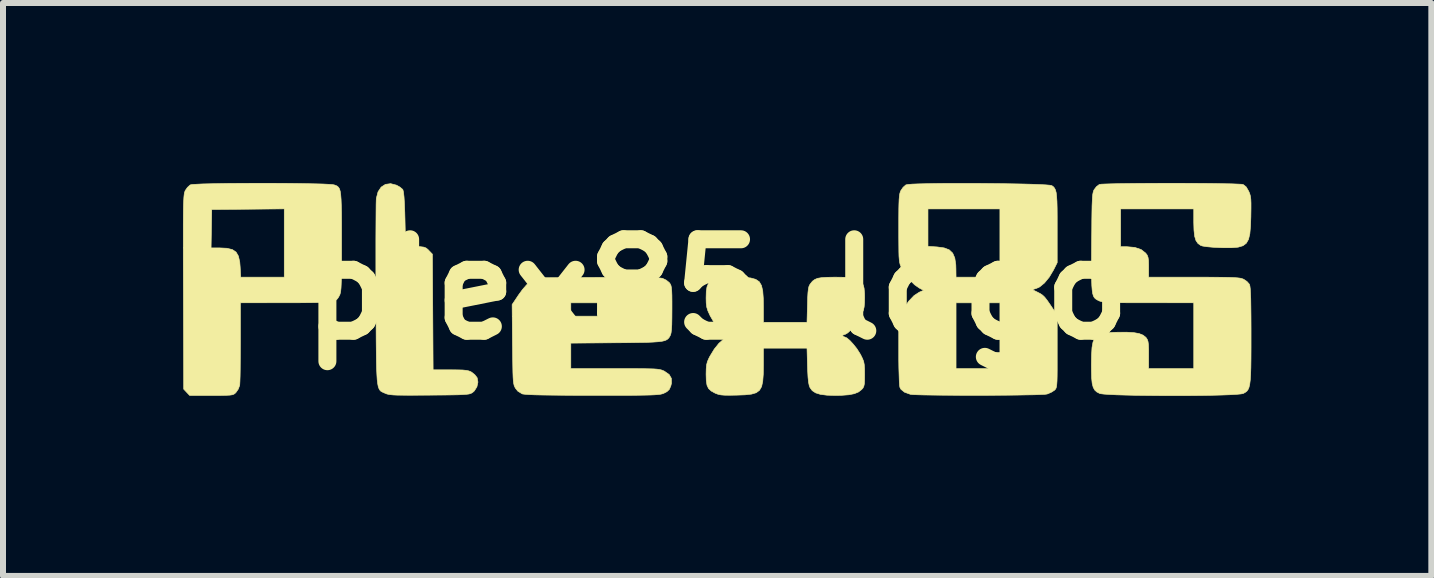
<source format=kicad_pcb>
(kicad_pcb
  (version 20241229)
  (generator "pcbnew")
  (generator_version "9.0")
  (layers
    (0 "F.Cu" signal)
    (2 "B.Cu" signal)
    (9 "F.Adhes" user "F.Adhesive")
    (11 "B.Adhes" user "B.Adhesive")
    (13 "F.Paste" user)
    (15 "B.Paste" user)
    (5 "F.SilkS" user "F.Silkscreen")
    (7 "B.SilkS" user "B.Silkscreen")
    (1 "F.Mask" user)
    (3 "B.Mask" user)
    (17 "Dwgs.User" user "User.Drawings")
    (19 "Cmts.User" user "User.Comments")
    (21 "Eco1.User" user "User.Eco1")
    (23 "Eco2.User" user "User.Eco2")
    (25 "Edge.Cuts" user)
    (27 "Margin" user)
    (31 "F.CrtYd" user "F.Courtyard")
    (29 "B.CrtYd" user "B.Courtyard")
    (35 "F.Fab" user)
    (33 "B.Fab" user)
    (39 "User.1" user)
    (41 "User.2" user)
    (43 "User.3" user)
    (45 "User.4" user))
  (footprint "plex85_logo"
    (layer "F.Cu")
    (at 8.902 1.773)
    (property "Reference" "plex85_logo" (at 0 0 0) (layer "F.SilkS") (effects (font (size 1.524 1.524) (thickness 0.3))))
    (attr through_hole)
    (fp_poly (pts (xy -5.344 -1.737) (xy -5.342 -1.736) (xy -5.285 -1.704) (xy -5.243 -1.668) (xy -5.236 -1.658) (xy -5.227 -1.62) (xy -5.218 -1.543) (xy -5.211 -1.428) (xy -5.205 -1.277) (xy -5.202 -1.168) (xy -5.192 -0.721) (xy -5.027 -0.716) (xy -4.944 -0.711) (xy -4.889 -0.704) (xy -4.852 -0.69) (xy -4.821 -0.666) (xy -4.804 -0.648) (xy -4.745 -0.587) (xy -4.733 1.341) (xy -4.444 1.341) (xy -4.327 1.342) (xy -4.242 1.344) (xy -4.182 1.35) (xy -4.139 1.359) (xy -4.106 1.372) (xy -4.089 1.382) (xy -4.038 1.423) (xy -4.002 1.469) (xy -3.999 1.474) (xy -3.986 1.546) (xy -4.003 1.624) (xy -4.046 1.693) (xy -4.071 1.715) (xy -4.088 1.727) (xy -4.108 1.736) (xy -4.135 1.744) (xy -4.174 1.749) (xy -4.228 1.753) (xy -4.304 1.757) (xy -4.404 1.759) (xy -4.534 1.761) (xy -4.698 1.762) (xy -4.792 1.763) (xy -4.976 1.764) (xy -5.123 1.765) (xy -5.239 1.764) (xy -5.329 1.763) (xy -5.396 1.76) (xy -5.446 1.755) (xy -5.483 1.749) (xy -5.512 1.741) (xy -5.537 1.73) (xy -5.538 1.73) (xy -5.564 1.719) (xy -5.586 1.708) (xy -5.606 1.696) (xy -5.622 1.678) (xy -5.636 1.653) (xy -5.648 1.619) (xy -5.657 1.571) (xy -5.665 1.507) (xy -5.67 1.425) (xy -5.675 1.322) (xy -5.678 1.194) (xy -5.68 1.04) (xy -5.682 0.857) (xy -5.683 0.642) (xy -5.684 0.391) (xy -5.686 0.103) (xy -5.686 0.081) (xy -5.687 -0.164) (xy -5.687 -0.4) (xy -5.687 -0.623) (xy -5.687 -0.829) (xy -5.686 -1.015) (xy -5.685 -1.178) (xy -5.684 -1.313) (xy -5.683 -1.417) (xy -5.681 -1.488) (xy -5.679 -1.519) (xy -5.651 -1.626) (xy -5.599 -1.704) (xy -5.528 -1.75) (xy -5.441 -1.762) (xy -5.344 -1.737)) (stroke (width 0.01) (type solid)) (fill yes) (layer "F.SilkS"))
    (fp_poly (pts (xy -1.304 -0.2) (xy -1.149 -0.197) (xy -1.032 -0.194) (xy -0.953 -0.19) (xy -0.911 -0.184) (xy -0.91 -0.184) (xy -0.848 -0.154) (xy -0.797 -0.113) (xy -0.794 -0.109) (xy -0.779 -0.087) (xy -0.768 -0.062) (xy -0.761 -0.027) (xy -0.756 0.025) (xy -0.753 0.099) (xy -0.752 0.201) (xy -0.752 0.329) (xy -0.753 0.476) (xy -0.755 0.588) (xy -0.76 0.669) (xy -0.767 0.726) (xy -0.777 0.762) (xy -0.781 0.769) (xy -0.796 0.797) (xy -0.814 0.82) (xy -0.838 0.839) (xy -0.871 0.854) (xy -0.918 0.865) (xy -0.983 0.873) (xy -1.069 0.879) (xy -1.181 0.884) (xy -1.323 0.886) (xy -1.497 0.889) (xy -1.681 0.89) (xy -2.438 0.896) (xy -2.438 1.321) (xy -1.701 1.321) (xy -1.508 1.321) (xy -1.352 1.321) (xy -1.227 1.322) (xy -1.13 1.324) (xy -1.056 1.326) (xy -1.001 1.33) (xy -0.96 1.336) (xy -0.929 1.343) (xy -0.904 1.352) (xy -0.88 1.363) (xy -0.874 1.367) (xy -0.799 1.419) (xy -0.762 1.483) (xy -0.76 1.564) (xy -0.771 1.609) (xy -0.796 1.667) (xy -0.836 1.705) (xy -0.88 1.728) (xy -0.9 1.737) (xy -0.924 1.744) (xy -0.953 1.75) (xy -0.992 1.754) (xy -1.045 1.758) (xy -1.113 1.761) (xy -1.202 1.763) (xy -1.315 1.765) (xy -1.454 1.766) (xy -1.623 1.766) (xy -1.826 1.766) (xy -2.067 1.766) (xy -2.073 1.766) (xy -2.339 1.766) (xy -2.567 1.765) (xy -2.758 1.763) (xy -2.915 1.761) (xy -3.039 1.758) (xy -3.134 1.754) (xy -3.2 1.749) (xy -3.24 1.744) (xy -3.25 1.741) (xy -3.321 1.697) (xy -3.362 1.646) (xy -3.373 1.624) (xy -3.383 1.6) (xy -3.39 1.568) (xy -3.396 1.525) (xy -3.4 1.464) (xy -3.403 1.383) (xy -3.405 1.276) (xy -3.407 1.139) (xy -3.409 0.967) (xy -3.41 0.914) (xy -3.416 0.253) (xy -3.396 0.224) (xy -2.438 0.224) (xy -2.438 0.447) (xy -1.707 0.447) (xy -1.707 0.224) (xy -2.438 0.224) (xy -3.396 0.224) (xy -3.308 0.092) (xy -3.244 0.004) (xy -3.177 -0.073) (xy -3.118 -0.127) (xy -3.112 -0.131) (xy -3.024 -0.193) (xy -2.005 -0.199) (xy -1.731 -0.201) (xy -1.498 -0.201) (xy -1.304 -0.2)) (stroke (width 0.01) (type solid)) (fill yes) (layer "F.SilkS"))
    (fp_poly (pts (xy -7.381 -1.768) (xy -7.192 -1.767) (xy -7.012 -1.765) (xy -6.846 -1.762) (xy -6.698 -1.759) (xy -6.573 -1.756) (xy -6.475 -1.751) (xy -6.408 -1.746) (xy -6.381 -1.741) (xy -6.352 -1.731) (xy -6.328 -1.718) (xy -6.309 -1.7) (xy -6.293 -1.673) (xy -6.281 -1.633) (xy -6.273 -1.576) (xy -6.267 -1.5) (xy -6.263 -1.399) (xy -6.26 -1.27) (xy -6.259 -1.111) (xy -6.259 -0.916) (xy -6.259 -0.792) (xy -6.259 -0.586) (xy -6.259 -0.416) (xy -6.26 -0.278) (xy -6.262 -0.169) (xy -6.265 -0.085) (xy -6.268 -0.022) (xy -6.273 0.025) (xy -6.279 0.059) (xy -6.286 0.084) (xy -6.294 0.101) (xy -6.31 0.131) (xy -6.327 0.156) (xy -6.348 0.176) (xy -6.379 0.191) (xy -6.422 0.203) (xy -6.483 0.211) (xy -6.564 0.217) (xy -6.669 0.22) (xy -6.803 0.222) (xy -6.97 0.223) (xy -7.173 0.223) (xy -7.188 0.223) (xy -7.945 0.224) (xy -7.945 0.881) (xy -7.946 1.044) (xy -7.947 1.196) (xy -7.948 1.331) (xy -7.95 1.446) (xy -7.953 1.533) (xy -7.956 1.588) (xy -7.958 1.602) (xy -7.981 1.663) (xy -8.018 1.717) (xy -8.036 1.735) (xy -8.055 1.748) (xy -8.081 1.757) (xy -8.121 1.763) (xy -8.181 1.766) (xy -8.267 1.768) (xy -8.386 1.768) (xy -8.428 1.768) (xy -8.791 1.768) (xy -8.89 1.663) (xy -8.895 0.044) (xy -8.896 -0.252) (xy -8.897 -0.509) (xy -8.897 -0.691) (xy -8.434 -0.691) (xy -8.294 -0.691) (xy -8.17 -0.685) (xy -8.079 -0.663) (xy -8.017 -0.621) (xy -7.978 -0.554) (xy -7.956 -0.456) (xy -7.949 -0.371) (xy -7.94 -0.203) (xy -7.214 -0.203) (xy -7.214 -1.342) (xy -7.818 -1.336) (xy -8.423 -1.331) (xy -8.434 -0.691) (xy -8.897 -0.691) (xy -8.897 -0.732) (xy -8.897 -0.922) (xy -8.897 -1.082) (xy -8.896 -1.216) (xy -8.895 -1.325) (xy -8.893 -1.413) (xy -8.89 -1.482) (xy -8.887 -1.535) (xy -8.883 -1.574) (xy -8.879 -1.603) (xy -8.873 -1.624) (xy -8.867 -1.641) (xy -8.865 -1.646) (xy -8.828 -1.699) (xy -8.784 -1.739) (xy -8.778 -1.742) (xy -8.747 -1.748) (xy -8.679 -1.752) (xy -8.58 -1.757) (xy -8.453 -1.76) (xy -8.305 -1.763) (xy -8.138 -1.766) (xy -7.957 -1.767) (xy -7.768 -1.768) (xy -7.574 -1.768) (xy -7.381 -1.768)) (stroke (width 0.01) (type solid)) (fill yes) (layer "F.SilkS"))
    (fp_poly (pts (xy 0.445 -0.201) (xy 0.56 -0.19) (xy 0.644 -0.167) (xy 0.703 -0.127) (xy 0.74 -0.064) (xy 0.761 0.026) (xy 0.77 0.147) (xy 0.772 0.285) (xy 0.772 0.549) (xy 1.499 0.549) (xy 1.507 0.255) (xy 1.51 0.137) (xy 1.515 0.052) (xy 1.522 -0.007) (xy 1.531 -0.048) (xy 1.545 -0.078) (xy 1.557 -0.095) (xy 1.59 -0.136) (xy 1.628 -0.164) (xy 1.675 -0.184) (xy 1.741 -0.195) (xy 1.832 -0.201) (xy 1.955 -0.203) (xy 1.977 -0.203) (xy 2.129 -0.201) (xy 2.246 -0.192) (xy 2.332 -0.172) (xy 2.392 -0.14) (xy 2.429 -0.09) (xy 2.45 -0.021) (xy 2.458 0.072) (xy 2.459 0.133) (xy 2.457 0.227) (xy 2.451 0.295) (xy 2.437 0.351) (xy 2.412 0.411) (xy 2.394 0.448) (xy 2.349 0.526) (xy 2.293 0.603) (xy 2.234 0.672) (xy 2.18 0.723) (xy 2.135 0.75) (xy 2.124 0.752) (xy 2.097 0.763) (xy 2.093 0.772) (xy 2.109 0.79) (xy 2.124 0.792) (xy 2.162 0.809) (xy 2.213 0.852) (xy 2.271 0.915) (xy 2.33 0.989) (xy 2.38 1.068) (xy 2.393 1.09) (xy 2.423 1.151) (xy 2.443 1.201) (xy 2.453 1.254) (xy 2.458 1.323) (xy 2.459 1.417) (xy 2.458 1.511) (xy 2.455 1.574) (xy 2.446 1.615) (xy 2.432 1.644) (xy 2.409 1.67) (xy 2.409 1.67) (xy 2.356 1.711) (xy 2.287 1.739) (xy 2.195 1.757) (xy 2.075 1.766) (xy 1.974 1.768) (xy 1.831 1.764) (xy 1.722 1.75) (xy 1.642 1.725) (xy 1.586 1.688) (xy 1.549 1.638) (xy 1.535 1.6) (xy 1.524 1.545) (xy 1.516 1.467) (xy 1.51 1.358) (xy 1.507 1.275) (xy 1.499 0.975) (xy 0.772 0.975) (xy 0.772 1.26) (xy 0.77 1.415) (xy 0.761 1.533) (xy 0.742 1.621) (xy 0.707 1.682) (xy 0.652 1.723) (xy 0.574 1.746) (xy 0.467 1.758) (xy 0.328 1.763) (xy 0.326 1.763) (xy 0.21 1.765) (xy 0.125 1.764) (xy 0.064 1.759) (xy 0.017 1.749) (xy -0.023 1.734) (xy -0.033 1.73) (xy -0.098 1.694) (xy -0.142 1.653) (xy -0.168 1.598) (xy -0.18 1.52) (xy -0.183 1.416) (xy -0.181 1.324) (xy -0.175 1.258) (xy -0.161 1.204) (xy -0.136 1.147) (xy -0.12 1.116) (xy -0.047 0.996) (xy 0.03 0.9) (xy 0.105 0.834) (xy 0.144 0.812) (xy 0.208 0.786) (xy 0.137 0.749) (xy 0.051 0.685) (xy -0.033 0.582) (xy -0.117 0.438) (xy -0.119 0.432) (xy -0.153 0.359) (xy -0.172 0.297) (xy -0.181 0.228) (xy -0.183 0.144) (xy -0.18 0.035) (xy -0.168 -0.042) (xy -0.145 -0.096) (xy -0.107 -0.135) (xy -0.063 -0.162) (xy -0.024 -0.179) (xy 0.019 -0.191) (xy 0.075 -0.198) (xy 0.152 -0.202) (xy 0.258 -0.203) (xy 0.296 -0.203) (xy 0.445 -0.201)) (stroke (width 0.01) (type solid)) (fill yes) (layer "F.SilkS"))
    (fp_poly (pts (xy 4.358 -1.766) (xy 4.553 -1.764) (xy 4.743 -1.762) (xy 4.925 -1.759) (xy 5.093 -1.756) (xy 5.244 -1.752) (xy 5.372 -1.747) (xy 5.474 -1.742) (xy 5.544 -1.736) (xy 5.58 -1.729) (xy 5.581 -1.728) (xy 5.606 -1.71) (xy 5.625 -1.687) (xy 5.64 -1.656) (xy 5.652 -1.612) (xy 5.659 -1.55) (xy 5.665 -1.465) (xy 5.668 -1.354) (xy 5.669 -1.212) (xy 5.669 -1.033) (xy 5.669 -1.025) (xy 5.669 -0.446) (xy 5.608 -0.324) (xy 5.536 -0.203) (xy 5.457 -0.107) (xy 5.377 -0.041) (xy 5.329 -0.019) (xy 5.256 0.005) (xy 5.333 0.043) (xy 5.386 0.07) (xy 5.426 0.097) (xy 5.462 0.132) (xy 5.502 0.183) (xy 5.554 0.258) (xy 5.568 0.279) (xy 5.669 0.43) (xy 5.669 1.034) (xy 5.669 1.207) (xy 5.669 1.343) (xy 5.668 1.448) (xy 5.666 1.526) (xy 5.662 1.582) (xy 5.657 1.621) (xy 5.65 1.646) (xy 5.641 1.663) (xy 5.629 1.676) (xy 5.624 1.681) (xy 5.573 1.714) (xy 5.509 1.742) (xy 5.497 1.745) (xy 5.461 1.75) (xy 5.389 1.753) (xy 5.287 1.757) (xy 5.157 1.759) (xy 5.007 1.762) (xy 4.839 1.764) (xy 4.659 1.765) (xy 4.471 1.766) (xy 4.28 1.766) (xy 4.092 1.766) (xy 3.91 1.765) (xy 3.74 1.764) (xy 3.585 1.762) (xy 3.452 1.76) (xy 3.344 1.757) (xy 3.266 1.754) (xy 3.224 1.75) (xy 3.221 1.749) (xy 3.124 1.714) (xy 3.064 1.665) (xy 3.047 1.633) (xy 3.042 1.6) (xy 3.037 1.532) (xy 3.034 1.435) (xy 3.03 1.314) (xy 3.028 1.177) (xy 3.028 1.027) (xy 3.028 1.014) (xy 3.028 0.445) (xy 3.101 0.329) (xy 3.176 0.224) (xy 3.983 0.224) (xy 3.983 1.321) (xy 4.714 1.321) (xy 4.714 0.224) (xy 3.983 0.224) (xy 3.176 0.224) (xy 3.194 0.197) (xy 3.283 0.104) (xy 3.369 0.048) (xy 3.373 0.046) (xy 3.443 0.016) (xy 3.372 -0.021) (xy 3.293 -0.076) (xy 3.21 -0.157) (xy 3.135 -0.252) (xy 3.078 -0.35) (xy 3.077 -0.352) (xy 3.063 -0.384) (xy 3.051 -0.415) (xy 3.043 -0.449) (xy 3.037 -0.493) (xy 3.032 -0.551) (xy 3.03 -0.629) (xy 3.029 -0.733) (xy 3.028 -0.866) (xy 3.028 -1.016) (xy 3.028 -1.185) (xy 3.029 -1.318) (xy 3.029 -1.341) (xy 3.515 -1.341) (xy 3.515 -0.717) (xy 3.669 -0.707) (xy 3.785 -0.691) (xy 3.869 -0.659) (xy 3.927 -0.604) (xy 3.962 -0.523) (xy 3.979 -0.41) (xy 3.981 -0.34) (xy 3.983 -0.203) (xy 4.714 -0.203) (xy 4.714 -1.341) (xy 3.515 -1.341) (xy 3.029 -1.341) (xy 3.031 -1.42) (xy 3.034 -1.497) (xy 3.039 -1.554) (xy 3.045 -1.594) (xy 3.054 -1.625) (xy 3.063 -1.646) (xy 3.1 -1.7) (xy 3.144 -1.739) (xy 3.15 -1.742) (xy 3.182 -1.748) (xy 3.251 -1.754) (xy 3.35 -1.758) (xy 3.477 -1.761) (xy 3.626 -1.764) (xy 3.793 -1.766) (xy 3.974 -1.766) (xy 4.164 -1.766) (xy 4.358 -1.766)) (stroke (width 0.01) (type solid)) (fill yes) (layer "F.SilkS"))
    (fp_poly (pts (xy 7.767 -1.768) (xy 7.956 -1.767) (xy 8.136 -1.766) (xy 8.302 -1.764) (xy 8.45 -1.761) (xy 8.575 -1.759) (xy 8.672 -1.755) (xy 8.739 -1.752) (xy 8.768 -1.748) (xy 8.819 -1.708) (xy 8.862 -1.634) (xy 8.878 -1.595) (xy 8.889 -1.555) (xy 8.896 -1.505) (xy 8.899 -1.439) (xy 8.899 -1.349) (xy 8.897 -1.226) (xy 8.897 -1.212) (xy 8.891 -1.052) (xy 8.88 -0.927) (xy 8.858 -0.834) (xy 8.821 -0.769) (xy 8.765 -0.727) (xy 8.684 -0.703) (xy 8.576 -0.694) (xy 8.436 -0.694) (xy 8.382 -0.696) (xy 8.263 -0.702) (xy 8.164 -0.711) (xy 8.093 -0.722) (xy 8.063 -0.731) (xy 8.016 -0.764) (xy 7.982 -0.813) (xy 7.96 -0.885) (xy 7.949 -0.985) (xy 7.945 -1.116) (xy 7.945 -1.341) (xy 6.726 -1.341) (xy 6.726 -0.711) (xy 6.83 -0.711) (xy 6.963 -0.699) (xy 7.069 -0.663) (xy 7.144 -0.604) (xy 7.169 -0.57) (xy 7.183 -0.533) (xy 7.191 -0.482) (xy 7.193 -0.405) (xy 7.193 -0.374) (xy 7.193 -0.203) (xy 7.95 -0.203) (xy 8.148 -0.203) (xy 8.309 -0.202) (xy 8.439 -0.201) (xy 8.54 -0.199) (xy 8.617 -0.196) (xy 8.674 -0.192) (xy 8.716 -0.187) (xy 8.747 -0.18) (xy 8.77 -0.171) (xy 8.778 -0.168) (xy 8.832 -0.131) (xy 8.871 -0.087) (xy 8.874 -0.081) (xy 8.881 -0.056) (xy 8.887 -0.009) (xy 8.891 0.062) (xy 8.895 0.161) (xy 8.897 0.291) (xy 8.899 0.454) (xy 8.9 0.653) (xy 8.9 0.757) (xy 8.9 0.974) (xy 8.899 1.154) (xy 8.897 1.301) (xy 8.893 1.419) (xy 8.887 1.511) (xy 8.878 1.581) (xy 8.866 1.633) (xy 8.85 1.67) (xy 8.83 1.697) (xy 8.805 1.716) (xy 8.775 1.733) (xy 8.769 1.736) (xy 8.732 1.743) (xy 8.659 1.75) (xy 8.555 1.756) (xy 8.424 1.761) (xy 8.272 1.765) (xy 8.101 1.768) (xy 7.918 1.77) (xy 7.726 1.771) (xy 7.531 1.771) (xy 7.337 1.77) (xy 7.148 1.768) (xy 6.97 1.766) (xy 6.806 1.762) (xy 6.662 1.758) (xy 6.542 1.752) (xy 6.45 1.746) (xy 6.392 1.739) (xy 6.377 1.735) (xy 6.329 1.71) (xy 6.294 1.678) (xy 6.269 1.632) (xy 6.252 1.567) (xy 6.243 1.477) (xy 6.24 1.356) (xy 6.239 1.257) (xy 6.242 1.096) (xy 6.249 0.971) (xy 6.266 0.878) (xy 6.296 0.811) (xy 6.342 0.766) (xy 6.408 0.738) (xy 6.498 0.723) (xy 6.617 0.716) (xy 6.67 0.715) (xy 6.825 0.714) (xy 6.945 0.721) (xy 7.035 0.737) (xy 7.1 0.763) (xy 7.147 0.8) (xy 7.153 0.808) (xy 7.171 0.836) (xy 7.183 0.871) (xy 7.19 0.923) (xy 7.193 0.999) (xy 7.193 1.09) (xy 7.193 1.321) (xy 7.945 1.321) (xy 7.945 0.224) (xy 7.188 0.223) (xy 6.99 0.223) (xy 6.829 0.223) (xy 6.7 0.222) (xy 6.599 0.22) (xy 6.522 0.217) (xy 6.464 0.213) (xy 6.422 0.207) (xy 6.392 0.2) (xy 6.368 0.192) (xy 6.36 0.188) (xy 6.331 0.173) (xy 6.307 0.157) (xy 6.287 0.137) (xy 6.272 0.108) (xy 6.26 0.068) (xy 6.252 0.012) (xy 6.246 -0.064) (xy 6.243 -0.163) (xy 6.241 -0.289) (xy 6.241 -0.445) (xy 6.242 -0.637) (xy 6.243 -0.772) (xy 6.245 -0.979) (xy 6.246 -1.148) (xy 6.248 -1.286) (xy 6.25 -1.394) (xy 6.254 -1.478) (xy 6.257 -1.541) (xy 6.262 -1.587) (xy 6.269 -1.62) (xy 6.276 -1.644) (xy 6.285 -1.662) (xy 6.323 -1.712) (xy 6.368 -1.746) (xy 6.373 -1.748) (xy 6.404 -1.753) (xy 6.471 -1.756) (xy 6.57 -1.759) (xy 6.696 -1.762) (xy 6.845 -1.764) (xy 7.012 -1.766) (xy 7.192 -1.767) (xy 7.381 -1.768) (xy 7.574 -1.768) (xy 7.767 -1.768)) (stroke (width 0.01) (type solid)) (fill yes) (layer "F.SilkS")))
  (gr_rect
    (start -3 -3)
    (end 20.807 6.549)
    (stroke (width 0.1) (type default))
    (fill no)
    (layer "Edge.Cuts")))
</source>
